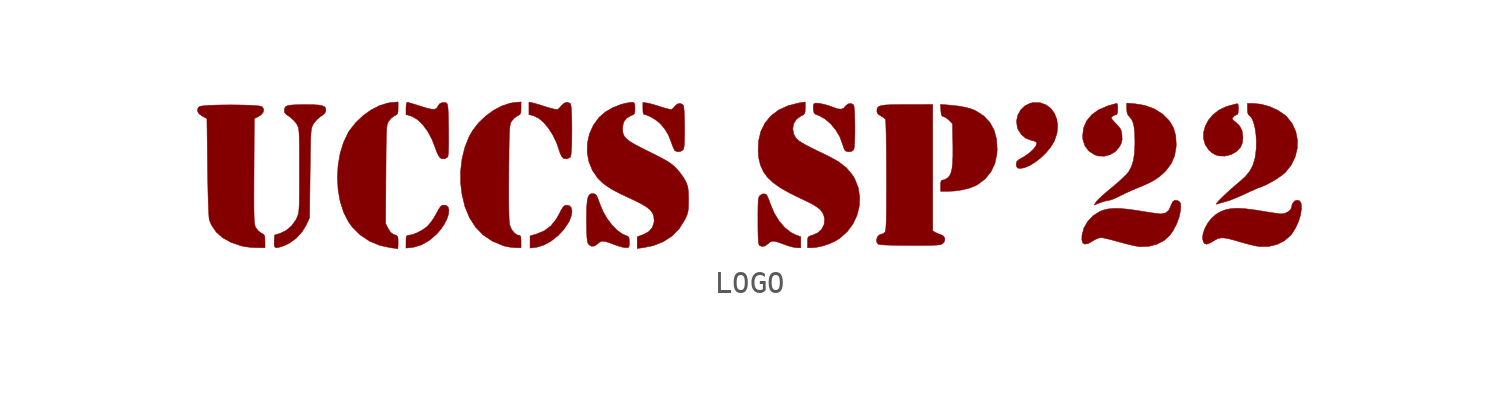
<source format=kicad_sym>
(kicad_symbol_lib
  (version 20210619)
  (generator bitmap2component)
  (symbol "LOGO"
    (pin_names
      (offset 1.016))
    (property "Reference" "#G"
      (at 0 2.81 0)
      (effects (font (size 1.27 1.27)) hide))
    (symbol "LOGO_0_0"
      (polyline (pts (xy -15.947 -3.359) (xy -15.941 -3.254) (xy -15.939 -3.096) (xy -15.939 -3.08) (xy -15.943 -2.918) (xy -15.963 -2.828) (xy -16.013 -2.781) (xy -16.106 -2.749) (xy -16.168 -2.725) (xy -16.286 -2.634) (xy -16.391 -2.468) (xy -16.509 -2.237) (xy -16.494 0) (xy -16.491 0.492) (xy -16.487 0.946) (xy -16.483 1.317) (xy -16.477 1.613) (xy -16.471 1.844) (xy -16.462 2.02) (xy -16.452 2.151) (xy -16.438 2.246) (xy -16.421 2.316) (xy -16.4 2.369) (xy -16.375 2.417) (xy -16.361 2.438) (xy -16.242 2.575) (xy -16.105 2.67) (xy -16.023 2.711) (xy -15.966 2.767) (xy -15.944 2.86) (xy -15.939 3.024) (xy -15.939 3.305) (xy -16.256 3.276) (xy -16.411 3.254) (xy -16.789 3.137) (xy -17.171 2.941) (xy -17.538 2.678) (xy -17.871 2.362) (xy -18.151 2.005) (xy -18.212 1.908) (xy -18.428 1.458) (xy -18.583 0.953) (xy -18.675 0.41) (xy -18.706 -0.148) (xy -18.674 -0.705) (xy -18.579 -1.238) (xy -18.422 -1.73) (xy -18.201 -2.161) (xy -18.023 -2.405) (xy -17.667 -2.759) (xy -17.249 -3.039) (xy -16.78 -3.236) (xy -16.273 -3.344) (xy -16.132 -3.361) (xy -16.006 -3.377) (xy -15.952 -3.386) (xy -15.947 -3.359)) (stroke (width 0.01)) (fill (type outline)))
      (polyline (pts (xy -4.737 -3.335) (xy -4.299 -3.244) (xy -3.84 -3.062) (xy -3.446 -2.803) (xy -3.12 -2.469) (xy -2.865 -2.06) (xy -2.839 -2.008) (xy -2.774 -1.864) (xy -2.733 -1.736) (xy -2.711 -1.596) (xy -2.701 -1.414) (xy -2.699 -1.158) (xy -2.701 -0.922) (xy -2.711 -0.726) (xy -2.733 -0.577) (xy -2.773 -0.446) (xy -2.833 -0.305) (xy -2.939 -0.123) (xy -3.089 0.084) (xy -3.251 0.27) (xy -3.306 0.326) (xy -3.417 0.426) (xy -3.543 0.521) (xy -3.699 0.62) (xy -3.9 0.732) (xy -4.164 0.869) (xy -4.505 1.039) (xy -4.862 1.217) (xy -5.149 1.369) (xy -5.364 1.497) (xy -5.515 1.611) (xy -5.615 1.72) (xy -5.673 1.833) (xy -5.701 1.959) (xy -5.707 2.109) (xy -5.707 2.134) (xy -5.66 2.378) (xy -5.531 2.56) (xy -5.32 2.681) (xy -5.228 2.718) (xy -5.169 2.769) (xy -5.146 2.858) (xy -5.142 3.018) (xy -5.142 3.061) (xy -5.149 3.191) (xy -5.181 3.264) (xy -5.256 3.29) (xy -5.395 3.277) (xy -5.615 3.234) (xy -5.78 3.192) (xy -6.15 3.047) (xy -6.49 2.848) (xy -6.764 2.614) (xy -6.78 2.597) (xy -7.041 2.241) (xy -7.218 1.845) (xy -7.31 1.425) (xy -7.319 0.997) (xy -7.242 0.577) (xy -7.081 0.182) (xy -6.834 -0.173) (xy -6.817 -0.192) (xy -6.639 -0.367) (xy -6.425 -0.532) (xy -6.16 -0.699) (xy -5.826 -0.875) (xy -5.41 -1.071) (xy -5.136 -1.198) (xy -4.827 -1.356) (xy -4.598 -1.497) (xy -4.438 -1.632) (xy -4.337 -1.769) (xy -4.284 -1.918) (xy -4.268 -2.088) (xy -4.274 -2.185) (xy -4.352 -2.423) (xy -4.519 -2.61) (xy -4.771 -2.744) (xy -5.039 -2.841) (xy -5.039 -3.377) (xy -4.737 -3.335)) (stroke (width 0.01)) (fill (type outline)))
      (polyline (pts (xy -22.008 -3.046) (xy -22.012 -2.885) (xy -22.031 -2.784) (xy -22.081 -2.724) (xy -22.175 -2.674) (xy -22.178 -2.672) (xy -22.321 -2.565) (xy -22.431 -2.417) (xy -22.447 -2.381) (xy -22.465 -2.324) (xy -22.48 -2.248) (xy -22.492 -2.145) (xy -22.501 -2.003) (xy -22.507 -1.815) (xy -22.511 -1.571) (xy -22.512 -1.262) (xy -22.512 -0.877) (xy -22.511 -0.408) (xy -22.508 0.154) (xy -22.495 2.544) (xy -22.289 2.651) (xy -22.183 2.72) (xy -22.081 2.845) (xy -22.065 2.974) (xy -22.14 3.089) (xy -22.142 3.091) (xy -22.226 3.115) (xy -22.395 3.135) (xy -22.633 3.15) (xy -22.921 3.161) (xy -23.243 3.167) (xy -23.582 3.17) (xy -23.92 3.167) (xy -24.241 3.161) (xy -24.527 3.15) (xy -24.762 3.134) (xy -24.928 3.114) (xy -25.009 3.089) (xy -25.068 3.018) (xy -25.084 2.892) (xy -25.013 2.764) (xy -24.86 2.651) (xy -24.654 2.544) (xy -24.626 0.308) (xy -24.618 -0.222) (xy -24.608 -0.729) (xy -24.597 -1.166) (xy -24.584 -1.527) (xy -24.571 -1.805) (xy -24.557 -1.993) (xy -24.542 -2.085) (xy -24.442 -2.318) (xy -24.225 -2.633) (xy -23.93 -2.892) (xy -23.552 -3.1) (xy -23.086 -3.259) (xy -22.894 -3.297) (xy -22.647 -3.326) (xy -22.405 -3.339) (xy -22.006 -3.342) (xy -22.008 -3.046)) (stroke (width 0.01)) (fill (type outline)))
      (polyline (pts (xy -21.329 -3.313) (xy -21.109 -3.236) (xy -20.897 -3.135) (xy -20.588 -2.912) (xy -20.322 -2.626) (xy -20.125 -2.303) (xy -19.976 -1.98) (xy -19.95 0.051) (xy -19.945 0.432) (xy -19.939 0.875) (xy -19.933 1.232) (xy -19.926 1.515) (xy -19.918 1.734) (xy -19.908 1.9) (xy -19.896 2.022) (xy -19.88 2.112) (xy -19.86 2.179) (xy -19.835 2.235) (xy -19.806 2.289) (xy -19.781 2.329) (xy -19.647 2.493) (xy -19.497 2.623) (xy -19.398 2.691) (xy -19.292 2.781) (xy -19.243 2.862) (xy -19.231 2.961) (xy -19.238 3.013) (xy -19.287 3.084) (xy -19.394 3.133) (xy -19.569 3.164) (xy -19.824 3.18) (xy -20.171 3.183) (xy -20.407 3.18) (xy -20.677 3.172) (xy -20.867 3.157) (xy -20.993 3.13) (xy -21.068 3.089) (xy -21.107 3.029) (xy -21.122 2.948) (xy -21.125 2.904) (xy -21.11 2.815) (xy -21.044 2.738) (xy -20.907 2.643) (xy -20.835 2.592) (xy -20.675 2.444) (xy -20.557 2.29) (xy -20.541 2.262) (xy -20.514 2.208) (xy -20.491 2.148) (xy -20.474 2.073) (xy -20.461 1.97) (xy -20.451 1.829) (xy -20.445 1.64) (xy -20.441 1.391) (xy -20.439 1.072) (xy -20.438 0.672) (xy -20.438 0.18) (xy -20.438 -0.078) (xy -20.439 -0.523) (xy -20.44 -0.882) (xy -20.443 -1.166) (xy -20.448 -1.386) (xy -20.456 -1.554) (xy -20.468 -1.681) (xy -20.483 -1.776) (xy -20.504 -1.853) (xy -20.529 -1.922) (xy -20.561 -1.995) (xy -20.604 -2.08) (xy -20.801 -2.349) (xy -21.053 -2.561) (xy -21.337 -2.693) (xy -21.57 -2.761) (xy -21.585 -3.052) (xy -21.587 -3.091) (xy -21.584 -3.239) (xy -21.551 -3.321) (xy -21.472 -3.344) (xy -21.329 -3.313)) (stroke (width 0.01)) (fill (type outline)))
      (polyline (pts (xy -15.304 -3.328) (xy -15.232 -3.319) (xy -14.874 -3.212) (xy -14.522 -3.012) (xy -14.187 -2.725) (xy -13.998 -2.509) (xy -13.834 -2.268) (xy -13.714 -2.033) (xy -13.643 -1.817) (xy -13.622 -1.633) (xy -13.655 -1.494) (xy -13.744 -1.411) (xy -13.893 -1.397) (xy -13.916 -1.403) (xy -13.995 -1.456) (xy -14.082 -1.574) (xy -14.19 -1.774) (xy -14.309 -1.982) (xy -14.453 -2.19) (xy -14.59 -2.349) (xy -14.646 -2.399) (xy -14.844 -2.539) (xy -15.073 -2.66) (xy -15.296 -2.744) (xy -15.479 -2.776) (xy -15.515 -2.78) (xy -15.556 -2.813) (xy -15.575 -2.9) (xy -15.579 -3.067) (xy -15.579 -3.357) (xy -15.304 -3.328)) (stroke (width 0.01)) (fill (type outline)))
      (polyline (pts (xy -10.335 -3.059) (xy -10.336 -2.98) (xy -10.346 -2.851) (xy -10.375 -2.791) (xy -10.43 -2.776) (xy -10.518 -2.755) (xy -10.652 -2.656) (xy -10.77 -2.5) (xy -10.849 -2.314) (xy -10.861 -2.245) (xy -10.875 -2.08) (xy -10.885 -1.833) (xy -10.892 -1.498) (xy -10.895 -1.072) (xy -10.895 -0.55) (xy -10.891 0.07) (xy -10.888 0.453) (xy -10.884 0.917) (xy -10.88 1.295) (xy -10.874 1.597) (xy -10.867 1.832) (xy -10.859 2.012) (xy -10.848 2.146) (xy -10.834 2.243) (xy -10.817 2.314) (xy -10.796 2.369) (xy -10.77 2.417) (xy -10.757 2.438) (xy -10.637 2.575) (xy -10.5 2.67) (xy -10.419 2.711) (xy -10.362 2.767) (xy -10.339 2.86) (xy -10.335 3.024) (xy -10.335 3.305) (xy -10.646 3.277) (xy -10.834 3.247) (xy -11.21 3.123) (xy -11.589 2.922) (xy -11.952 2.657) (xy -12.279 2.342) (xy -12.551 1.99) (xy -12.715 1.696) (xy -12.899 1.223) (xy -13.027 0.7) (xy -13.091 0.149) (xy -13.088 -0.404) (xy -13.031 -0.887) (xy -12.894 -1.466) (xy -12.686 -1.972) (xy -12.408 -2.403) (xy -12.061 -2.76) (xy -11.645 -3.041) (xy -11.16 -3.245) (xy -11.052 -3.275) (xy -10.817 -3.32) (xy -10.605 -3.339) (xy -10.335 -3.342) (xy -10.335 -3.059)) (stroke (width 0.01)) (fill (type outline)))
      (polyline (pts (xy -9.671 -3.326) (xy -9.606 -3.317) (xy -9.284 -3.215) (xy -8.958 -3.035) (xy -8.648 -2.791) (xy -8.375 -2.499) (xy -8.161 -2.176) (xy -8.13 -2.115) (xy -8.041 -1.878) (xy -8.013 -1.674) (xy -8.044 -1.517) (xy -8.131 -1.421) (xy -8.274 -1.399) (xy -8.276 -1.399) (xy -8.35 -1.423) (xy -8.42 -1.489) (xy -8.501 -1.614) (xy -8.605 -1.816) (xy -8.727 -2.034) (xy -8.972 -2.341) (xy -9.267 -2.565) (xy -9.621 -2.713) (xy -9.923 -2.802) (xy -9.924 -3.079) (xy -9.924 -3.356) (xy -9.671 -3.326)) (stroke (width 0.01)) (fill (type outline)))
      (polyline (pts (xy -5.48 -3.339) (xy -5.423 -3.314) (xy -5.402 -3.24) (xy -5.399 -3.089) (xy -5.401 -2.976) (xy -5.418 -2.874) (xy -5.471 -2.818) (xy -5.579 -2.776) (xy -5.712 -2.718) (xy -5.952 -2.546) (xy -6.191 -2.304) (xy -6.413 -2.008) (xy -6.603 -1.677) (xy -6.747 -1.329) (xy -6.792 -1.199) (xy -6.859 -1.029) (xy -6.92 -0.931) (xy -6.987 -0.885) (xy -7.075 -0.874) (xy -7.154 -0.885) (xy -7.226 -0.932) (xy -7.278 -1.026) (xy -7.314 -1.177) (xy -7.337 -1.399) (xy -7.349 -1.7) (xy -7.352 -2.093) (xy -7.352 -2.199) (xy -7.346 -2.571) (xy -7.334 -2.847) (xy -7.314 -3.034) (xy -7.287 -3.136) (xy -7.248 -3.195) (xy -7.128 -3.273) (xy -6.984 -3.264) (xy -6.841 -3.164) (xy -6.754 -3.087) (xy -6.658 -3.047) (xy -6.534 -3.05) (xy -6.362 -3.096) (xy -6.119 -3.186) (xy -6.086 -3.199) (xy -5.88 -3.27) (xy -5.694 -3.321) (xy -5.566 -3.34) (xy -5.48 -3.339)) (stroke (width 0.01)) (fill (type outline)))
      (polyline (pts (xy 2.417 -2.842) (xy 2.175 -2.75) (xy 1.978 -2.652) (xy 1.69 -2.428) (xy 1.428 -2.124) (xy 1.204 -1.756) (xy 1.028 -1.337) (xy 0.966 -1.163) (xy 0.906 -1.018) (xy 0.863 -0.938) (xy 0.813 -0.896) (xy 0.691 -0.883) (xy 0.557 -0.959) (xy 0.554 -0.962) (xy 0.523 -0.999) (xy 0.5 -1.055) (xy 0.483 -1.144) (xy 0.473 -1.279) (xy 0.466 -1.475) (xy 0.463 -1.746) (xy 0.463 -2.106) (xy 0.463 -2.123) (xy 0.465 -2.52) (xy 0.472 -2.822) (xy 0.484 -3.035) (xy 0.501 -3.169) (xy 0.524 -3.229) (xy 0.637 -3.286) (xy 0.782 -3.264) (xy 0.925 -3.162) (xy 1.01 -3.087) (xy 1.106 -3.047) (xy 1.23 -3.05) (xy 1.402 -3.096) (xy 1.645 -3.186) (xy 1.673 -3.197) (xy 1.885 -3.269) (xy 2.082 -3.32) (xy 2.224 -3.34) (xy 2.417 -3.342) (xy 2.417 -2.842)) (stroke (width 0.01)) (fill (type outline)))
      (polyline (pts (xy 3.109 -3.327) (xy 3.403 -3.265) (xy 3.707 -3.167) (xy 3.978 -3.045) (xy 4.205 -2.902) (xy 4.535 -2.608) (xy 4.795 -2.259) (xy 4.979 -1.869) (xy 5.084 -1.453) (xy 5.104 -1.025) (xy 5.035 -0.6) (xy 4.873 -0.192) (xy 4.783 -0.041) (xy 4.51 0.287) (xy 4.148 0.575) (xy 3.693 0.828) (xy 3.558 0.892) (xy 3.17 1.077) (xy 2.863 1.229) (xy 2.626 1.353) (xy 2.449 1.456) (xy 2.321 1.542) (xy 2.233 1.619) (xy 2.174 1.692) (xy 2.093 1.852) (xy 2.053 2.09) (xy 2.097 2.319) (xy 2.219 2.515) (xy 2.414 2.656) (xy 2.527 2.712) (xy 2.591 2.772) (xy 2.616 2.865) (xy 2.621 3.027) (xy 2.622 3.302) (xy 2.381 3.266) (xy 2.335 3.259) (xy 1.839 3.135) (xy 1.415 2.94) (xy 1.064 2.678) (xy 0.791 2.353) (xy 0.599 1.968) (xy 0.492 1.528) (xy 0.473 1.038) (xy 0.503 0.736) (xy 0.58 0.416) (xy 0.709 0.13) (xy 0.899 -0.131) (xy 1.157 -0.376) (xy 1.492 -0.613) (xy 1.912 -0.852) (xy 2.425 -1.101) (xy 2.71 -1.235) (xy 2.979 -1.375) (xy 3.175 -1.498) (xy 3.313 -1.615) (xy 3.406 -1.736) (xy 3.466 -1.871) (xy 3.502 -2.027) (xy 3.483 -2.274) (xy 3.376 -2.491) (xy 3.19 -2.663) (xy 2.933 -2.776) (xy 2.824 -2.808) (xy 2.754 -2.853) (xy 2.729 -2.935) (xy 2.725 -3.087) (xy 2.725 -3.342) (xy 2.92 -3.342) (xy 3.109 -3.327)) (stroke (width 0.01)) (fill (type outline)))
      (polyline (pts (xy 18.288 -3.278) (xy 18.654 -3.182) (xy 18.978 -3.013) (xy 19.238 -2.778) (xy 19.38 -2.579) (xy 19.549 -2.263) (xy 19.671 -1.929) (xy 19.731 -1.619) (xy 19.741 -1.463) (xy 19.736 -1.345) (xy 19.704 -1.274) (xy 19.64 -1.218) (xy 19.588 -1.188) (xy 19.461 -1.174) (xy 19.358 -1.259) (xy 19.282 -1.439) (xy 19.198 -1.625) (xy 19.049 -1.755) (xy 18.846 -1.799) (xy 18.812 -1.798) (xy 18.671 -1.783) (xy 18.461 -1.755) (xy 18.203 -1.716) (xy 17.922 -1.671) (xy 17.829 -1.656) (xy 17.372 -1.59) (xy 16.997 -1.554) (xy 16.686 -1.549) (xy 16.427 -1.574) (xy 16.202 -1.627) (xy 16.038 -1.693) (xy 15.742 -1.885) (xy 15.498 -2.142) (xy 15.324 -2.443) (xy 15.236 -2.77) (xy 15.229 -2.978) (xy 15.272 -3.122) (xy 15.369 -3.179) (xy 15.521 -3.149) (xy 15.728 -3.033) (xy 15.813 -2.981) (xy 15.972 -2.908) (xy 16.097 -2.879) (xy 16.101 -2.879) (xy 16.21 -2.895) (xy 16.391 -2.935) (xy 16.62 -2.992) (xy 16.873 -3.062) (xy 17.134 -3.134) (xy 17.399 -3.201) (xy 17.628 -3.253) (xy 17.79 -3.283) (xy 17.899 -3.293) (xy 18.288 -3.278)) (stroke (width 0.01)) (fill (type outline)))
      (polyline (pts (xy 23.747 -3.284) (xy 24.125 -3.194) (xy 24.464 -3.024) (xy 24.743 -2.782) (xy 24.803 -2.707) (xy 24.972 -2.443) (xy 25.108 -2.144) (xy 25.201 -1.837) (xy 25.243 -1.552) (xy 25.225 -1.314) (xy 25.225 -1.312) (xy 25.157 -1.208) (xy 25.047 -1.174) (xy 24.931 -1.209) (xy 24.843 -1.313) (xy 24.803 -1.418) (xy 24.783 -1.516) (xy 24.745 -1.602) (xy 24.638 -1.697) (xy 24.495 -1.77) (xy 24.352 -1.799) (xy 24.324 -1.798) (xy 24.187 -1.784) (xy 23.979 -1.756) (xy 23.724 -1.717) (xy 23.446 -1.671) (xy 23.087 -1.614) (xy 22.669 -1.562) (xy 22.323 -1.543) (xy 22.034 -1.558) (xy 21.787 -1.607) (xy 21.565 -1.692) (xy 21.355 -1.814) (xy 21.35 -1.817) (xy 21.151 -1.989) (xy 20.979 -2.206) (xy 20.844 -2.446) (xy 20.758 -2.686) (xy 20.729 -2.905) (xy 20.769 -3.079) (xy 20.831 -3.156) (xy 20.922 -3.18) (xy 21.054 -3.137) (xy 21.246 -3.027) (xy 21.324 -2.979) (xy 21.443 -2.923) (xy 21.567 -2.895) (xy 21.714 -2.896) (xy 21.903 -2.928) (xy 22.151 -2.991) (xy 22.479 -3.086) (xy 22.627 -3.129) (xy 22.885 -3.197) (xy 23.119 -3.251) (xy 23.292 -3.282) (xy 23.348 -3.289) (xy 23.747 -3.284)) (stroke (width 0.01)) (fill (type outline)))
      (polyline (pts (xy 7.863 -3.238) (xy 8.178 -3.236) (xy 8.417 -3.231) (xy 8.591 -3.224) (xy 8.714 -3.212) (xy 8.798 -3.196) (xy 8.855 -3.174) (xy 8.897 -3.145) (xy 8.964 -3.066) (xy 8.989 -2.935) (xy 8.933 -2.817) (xy 8.804 -2.745) (xy 8.691 -2.709) (xy 8.548 -2.641) (xy 8.432 -2.568) (xy 8.432 3.188) (xy 7.288 3.187) (xy 7.186 3.187) (xy 6.79 3.184) (xy 6.483 3.177) (xy 6.255 3.163) (xy 6.092 3.139) (xy 5.986 3.103) (xy 5.924 3.054) (xy 5.894 2.988) (xy 5.887 2.904) (xy 5.891 2.842) (xy 5.938 2.747) (xy 6.058 2.671) (xy 6.075 2.663) (xy 6.2 2.587) (xy 6.276 2.516) (xy 6.285 2.459) (xy 6.294 2.306) (xy 6.302 2.068) (xy 6.309 1.756) (xy 6.315 1.377) (xy 6.319 0.942) (xy 6.322 0.46) (xy 6.324 -0.061) (xy 6.324 -0.383) (xy 6.323 -0.91) (xy 6.322 -1.347) (xy 6.319 -1.703) (xy 6.315 -1.987) (xy 6.309 -2.207) (xy 6.301 -2.371) (xy 6.29 -2.488) (xy 6.278 -2.567) (xy 6.262 -2.616) (xy 6.243 -2.644) (xy 6.183 -2.691) (xy 6.093 -2.725) (xy 6.007 -2.748) (xy 5.917 -2.839) (xy 5.871 -2.965) (xy 5.879 -3.091) (xy 5.952 -3.184) (xy 5.978 -3.192) (xy 6.105 -3.207) (xy 6.32 -3.22) (xy 6.616 -3.229) (xy 6.983 -3.235) (xy 7.411 -3.238) (xy 7.458 -3.238) (xy 7.863 -3.238)) (stroke (width 0.01)) (fill (type outline)))
      (polyline (pts (xy 15.827 -1.379) (xy 15.931 -1.341) (xy 16.081 -1.285) (xy 16.192 -1.246) (xy 16.354 -1.2) (xy 16.465 -1.183) (xy 16.486 -1.18) (xy 16.604 -1.145) (xy 16.773 -1.074) (xy 16.966 -0.981) (xy 17.215 -0.859) (xy 17.499 -0.729) (xy 17.755 -0.621) (xy 18.015 -0.514) (xy 18.319 -0.375) (xy 18.563 -0.241) (xy 18.767 -0.099) (xy 18.956 0.064) (xy 19.064 0.173) (xy 19.308 0.498) (xy 19.46 0.855) (xy 19.527 1.258) (xy 19.532 1.374) (xy 19.508 1.771) (xy 19.412 2.112) (xy 19.238 2.415) (xy 19.209 2.452) (xy 18.91 2.753) (xy 18.54 2.985) (xy 18.108 3.144) (xy 17.623 3.225) (xy 17.276 3.253) (xy 17.276 2.998) (xy 17.284 2.849) (xy 17.322 2.724) (xy 17.405 2.622) (xy 17.485 2.528) (xy 17.56 2.374) (xy 17.61 2.165) (xy 17.638 1.886) (xy 17.648 1.52) (xy 17.648 1.371) (xy 17.628 0.965) (xy 17.578 0.635) (xy 17.495 0.365) (xy 17.375 0.139) (xy 17.351 0.105) (xy 17.232 -0.028) (xy 17.057 -0.199) (xy 16.846 -0.389) (xy 16.619 -0.581) (xy 16.532 -0.652) (xy 16.315 -0.835) (xy 16.125 -1.003) (xy 15.981 -1.139) (xy 15.899 -1.228) (xy 15.876 -1.261) (xy 15.814 -1.352) (xy 15.796 -1.388) (xy 15.827 -1.379)) (stroke (width 0.01)) (fill (type outline)))
      (polyline (pts (xy 21.438 -1.336) (xy 21.593 -1.292) (xy 21.775 -1.244) (xy 21.913 -1.201) (xy 22.138 -1.118) (xy 22.394 -1.012) (xy 22.649 -0.896) (xy 22.872 -0.791) (xy 23.083 -0.697) (xy 23.247 -0.626) (xy 23.343 -0.59) (xy 23.387 -0.576) (xy 23.603 -0.486) (xy 23.856 -0.355) (xy 24.113 -0.202) (xy 24.341 -0.047) (xy 24.506 0.091) (xy 24.515 0.1) (xy 24.776 0.429) (xy 24.954 0.795) (xy 25.048 1.181) (xy 25.058 1.572) (xy 24.983 1.953) (xy 24.823 2.308) (xy 24.577 2.623) (xy 24.48 2.711) (xy 24.166 2.923) (xy 23.797 3.09) (xy 23.406 3.2) (xy 23.024 3.239) (xy 22.778 3.239) (xy 22.778 2.984) (xy 22.783 2.849) (xy 22.812 2.737) (xy 22.874 2.677) (xy 22.882 2.673) (xy 22.978 2.562) (xy 23.059 2.37) (xy 23.123 2.116) (xy 23.166 1.817) (xy 23.185 1.494) (xy 23.178 1.165) (xy 23.142 0.848) (xy 23.119 0.727) (xy 23.027 0.418) (xy 22.886 0.151) (xy 22.68 -0.1) (xy 22.392 -0.359) (xy 22.324 -0.415) (xy 22.083 -0.623) (xy 21.833 -0.847) (xy 21.621 -1.047) (xy 21.516 -1.153) (xy 21.408 -1.271) (xy 21.354 -1.345) (xy 21.364 -1.36) (xy 21.438 -1.336)) (stroke (width 0.01)) (fill (type outline)))
      (polyline (pts (xy 9.139 -0.77) (xy 9.422 -0.756) (xy 9.782 -0.704) (xy 10.116 -0.62) (xy 10.386 -0.514) (xy 10.482 -0.462) (xy 10.819 -0.207) (xy 11.082 0.114) (xy 11.263 0.489) (xy 11.355 0.908) (xy 11.37 1.133) (xy 11.344 1.603) (xy 11.233 2.016) (xy 11.039 2.369) (xy 10.761 2.664) (xy 10.401 2.897) (xy 10.237 2.969) (xy 9.958 3.053) (xy 9.614 3.116) (xy 9.188 3.161) (xy 8.787 3.193) (xy 8.802 2.92) (xy 8.806 2.858) (xy 8.825 2.723) (xy 8.861 2.657) (xy 8.927 2.632) (xy 8.95 2.627) (xy 9.063 2.565) (xy 9.184 2.462) (xy 9.332 2.307) (xy 9.349 1.413) (xy 9.351 1.268) (xy 9.351 0.849) (xy 9.338 0.518) (xy 9.309 0.263) (xy 9.264 0.074) (xy 9.2 -0.061) (xy 9.116 -0.153) (xy 8.995 -0.227) (xy 8.888 -0.257) (xy 8.873 -0.258) (xy 8.822 -0.282) (xy 8.798 -0.359) (xy 8.792 -0.514) (xy 8.792 -0.771) (xy 9.139 -0.77)) (stroke (width 0.01)) (fill (type outline)))
      (polyline (pts (xy 12.625 0.308) (xy 12.86 0.409) (xy 13.111 0.564) (xy 13.362 0.76) (xy 13.597 0.988) (xy 13.801 1.234) (xy 13.959 1.488) (xy 13.984 1.542) (xy 14.097 1.876) (xy 14.13 2.203) (xy 14.09 2.508) (xy 13.984 2.78) (xy 13.818 3.006) (xy 13.6 3.172) (xy 13.334 3.267) (xy 13.029 3.277) (xy 12.881 3.247) (xy 12.633 3.126) (xy 12.437 2.936) (xy 12.306 2.696) (xy 12.252 2.426) (xy 12.287 2.144) (xy 12.328 2.037) (xy 12.472 1.818) (xy 12.666 1.653) (xy 12.884 1.566) (xy 12.918 1.559) (xy 13.06 1.52) (xy 13.149 1.479) (xy 13.152 1.476) (xy 13.176 1.396) (xy 13.124 1.278) (xy 13.008 1.137) (xy 12.841 0.984) (xy 12.636 0.834) (xy 12.404 0.7) (xy 12.352 0.67) (xy 12.261 0.585) (xy 12.237 0.466) (xy 12.255 0.356) (xy 12.302 0.291) (xy 12.421 0.271) (xy 12.625 0.308)) (stroke (width 0.01)) (fill (type outline)))
      (polyline (pts (xy -13.678 0.796) (xy -13.662 0.846) (xy -13.647 0.999) (xy -13.638 1.25) (xy -13.635 1.595) (xy -13.637 2.032) (xy -13.643 2.406) (xy -13.649 2.702) (xy -13.658 2.918) (xy -13.67 3.07) (xy -13.685 3.168) (xy -13.706 3.225) (xy -13.733 3.254) (xy -13.775 3.273) (xy -13.909 3.279) (xy -14.038 3.228) (xy -14.114 3.136) (xy -14.133 3.087) (xy -14.19 3.008) (xy -14.281 2.971) (xy -14.421 2.976) (xy -14.626 3.022) (xy -14.911 3.108) (xy -15.119 3.175) (xy -15.316 3.235) (xy -15.46 3.276) (xy -15.527 3.291) (xy -15.548 3.267) (xy -15.571 3.166) (xy -15.579 3.01) (xy -15.579 2.729) (xy -15.361 2.664) (xy -15.297 2.642) (xy -15.053 2.497) (xy -14.814 2.266) (xy -14.592 1.966) (xy -14.399 1.608) (xy -14.244 1.208) (xy -14.241 1.199) (xy -14.171 1.01) (xy -14.096 0.854) (xy -14.032 0.763) (xy -13.948 0.716) (xy -13.803 0.714) (xy -13.678 0.796)) (stroke (width 0.01)) (fill (type outline)))
      (polyline (pts (xy -8.085 0.785) (xy -8.077 0.799) (xy -8.057 0.899) (xy -8.04 1.078) (xy -8.028 1.316) (xy -8.021 1.597) (xy -8.017 1.902) (xy -8.017 2.212) (xy -8.022 2.511) (xy -8.031 2.781) (xy -8.044 3.002) (xy -8.061 3.157) (xy -8.083 3.229) (xy -8.094 3.24) (xy -8.22 3.29) (xy -8.361 3.255) (xy -8.49 3.139) (xy -8.503 3.123) (xy -8.597 3.017) (xy -8.674 2.96) (xy -8.7 2.958) (xy -8.814 2.975) (xy -8.987 3.018) (xy -9.193 3.08) (xy -9.276 3.107) (xy -9.495 3.176) (xy -9.683 3.231) (xy -9.808 3.263) (xy -9.975 3.299) (xy -9.975 2.729) (xy -9.762 2.672) (xy -9.756 2.67) (xy -9.531 2.561) (xy -9.303 2.367) (xy -9.082 2.104) (xy -8.881 1.788) (xy -8.712 1.437) (xy -8.586 1.065) (xy -8.561 0.986) (xy -8.492 0.838) (xy -8.419 0.747) (xy -8.388 0.728) (xy -8.244 0.707) (xy -8.085 0.785)) (stroke (width 0.01)) (fill (type outline)))
      (polyline (pts (xy 16.528 0.902) (xy 16.767 1.051) (xy 16.949 1.267) (xy 16.956 1.279) (xy 17.034 1.438) (xy 17.065 1.586) (xy 17.059 1.779) (xy 17.04 1.937) (xy 16.999 2.057) (xy 16.92 2.172) (xy 16.783 2.32) (xy 16.722 2.382) (xy 16.619 2.494) (xy 16.576 2.563) (xy 16.582 2.608) (xy 16.63 2.651) (xy 16.706 2.696) (xy 16.797 2.725) (xy 16.819 2.732) (xy 16.854 2.811) (xy 16.865 2.982) (xy 16.863 3.075) (xy 16.851 3.193) (xy 16.832 3.239) (xy 16.831 3.239) (xy 16.766 3.225) (xy 16.631 3.188) (xy 16.456 3.137) (xy 16.386 3.115) (xy 15.992 2.945) (xy 15.679 2.72) (xy 15.451 2.446) (xy 15.311 2.126) (xy 15.264 1.766) (xy 15.278 1.581) (xy 15.374 1.294) (xy 15.554 1.063) (xy 15.811 0.896) (xy 15.977 0.842) (xy 16.256 0.83) (xy 16.528 0.902)) (stroke (width 0.01)) (fill (type outline)))
      (polyline (pts (xy 22.026 0.902) (xy 22.27 1.036) (xy 22.456 1.229) (xy 22.481 1.269) (xy 22.551 1.45) (xy 22.572 1.681) (xy 22.571 1.74) (xy 22.532 2.001) (xy 22.425 2.207) (xy 22.238 2.388) (xy 22.168 2.442) (xy 22.097 2.511) (xy 22.091 2.563) (xy 22.14 2.627) (xy 22.212 2.69) (xy 22.297 2.725) (xy 22.324 2.735) (xy 22.356 2.816) (xy 22.366 2.986) (xy 22.366 3.048) (xy 22.357 3.172) (xy 22.33 3.222) (xy 22.276 3.22) (xy 22.245 3.211) (xy 22.116 3.177) (xy 21.955 3.135) (xy 21.801 3.088) (xy 21.483 2.935) (xy 21.215 2.728) (xy 21.004 2.48) (xy 20.857 2.205) (xy 20.778 1.918) (xy 20.775 1.631) (xy 20.853 1.358) (xy 21.02 1.112) (xy 21.031 1.1) (xy 21.171 0.982) (xy 21.312 0.896) (xy 21.476 0.845) (xy 21.751 0.836) (xy 22.026 0.902)) (stroke (width 0.01)) (fill (type outline)))
      (polyline (pts (xy -3.08 1.043) (xy -2.96 1.109) (xy -2.932 1.151) (xy -2.91 1.225) (xy -2.895 1.344) (xy -2.885 1.522) (xy -2.881 1.775) (xy -2.879 2.115) (xy -2.881 2.332) (xy -2.887 2.634) (xy -2.898 2.88) (xy -2.914 3.054) (xy -2.933 3.14) (xy -2.969 3.188) (xy -3.082 3.237) (xy -3.21 3.212) (xy -3.318 3.115) (xy -3.391 3.025) (xy -3.468 2.965) (xy -3.489 2.962) (xy -3.597 2.979) (xy -3.765 3.021) (xy -3.966 3.083) (xy -4.029 3.104) (xy -4.251 3.172) (xy -4.45 3.227) (xy -4.589 3.256) (xy -4.782 3.284) (xy -4.782 3.002) (xy -4.775 2.835) (xy -4.75 2.749) (xy -4.703 2.725) (xy -4.63 2.712) (xy -4.473 2.647) (xy -4.29 2.546) (xy -4.116 2.425) (xy -3.98 2.305) (xy -3.95 2.273) (xy -3.755 2.031) (xy -3.613 1.787) (xy -3.496 1.489) (xy -3.434 1.318) (xy -3.374 1.172) (xy -3.331 1.093) (xy -3.327 1.088) (xy -3.219 1.035) (xy -3.08 1.043)) (stroke (width 0.01)) (fill (type outline)))
      (polyline (pts (xy 4.741 1.054) (xy 4.831 1.128) (xy 4.833 1.132) (xy 4.854 1.23) (xy 4.869 1.405) (xy 4.88 1.637) (xy 4.885 1.906) (xy 4.886 2.192) (xy 4.882 2.474) (xy 4.874 2.734) (xy 4.861 2.952) (xy 4.844 3.106) (xy 4.823 3.178) (xy 4.704 3.235) (xy 4.568 3.214) (xy 4.457 3.118) (xy 4.372 3.021) (xy 4.257 2.975) (xy 4.1 2.991) (xy 3.878 3.067) (xy 3.744 3.117) (xy 3.508 3.188) (xy 3.301 3.233) (xy 3.263 3.239) (xy 3.1 3.253) (xy 3.014 3.223) (xy 2.985 3.128) (xy 2.992 2.953) (xy 2.996 2.908) (xy 3.022 2.803) (xy 3.09 2.74) (xy 3.227 2.686) (xy 3.258 2.675) (xy 3.522 2.53) (xy 3.779 2.308) (xy 4.01 2.029) (xy 4.196 1.715) (xy 4.319 1.388) (xy 4.338 1.322) (xy 4.389 1.179) (xy 4.433 1.093) (xy 4.481 1.055) (xy 4.608 1.028) (xy 4.741 1.054)) (stroke (width 0.01)) (fill (type outline))))))
</source>
